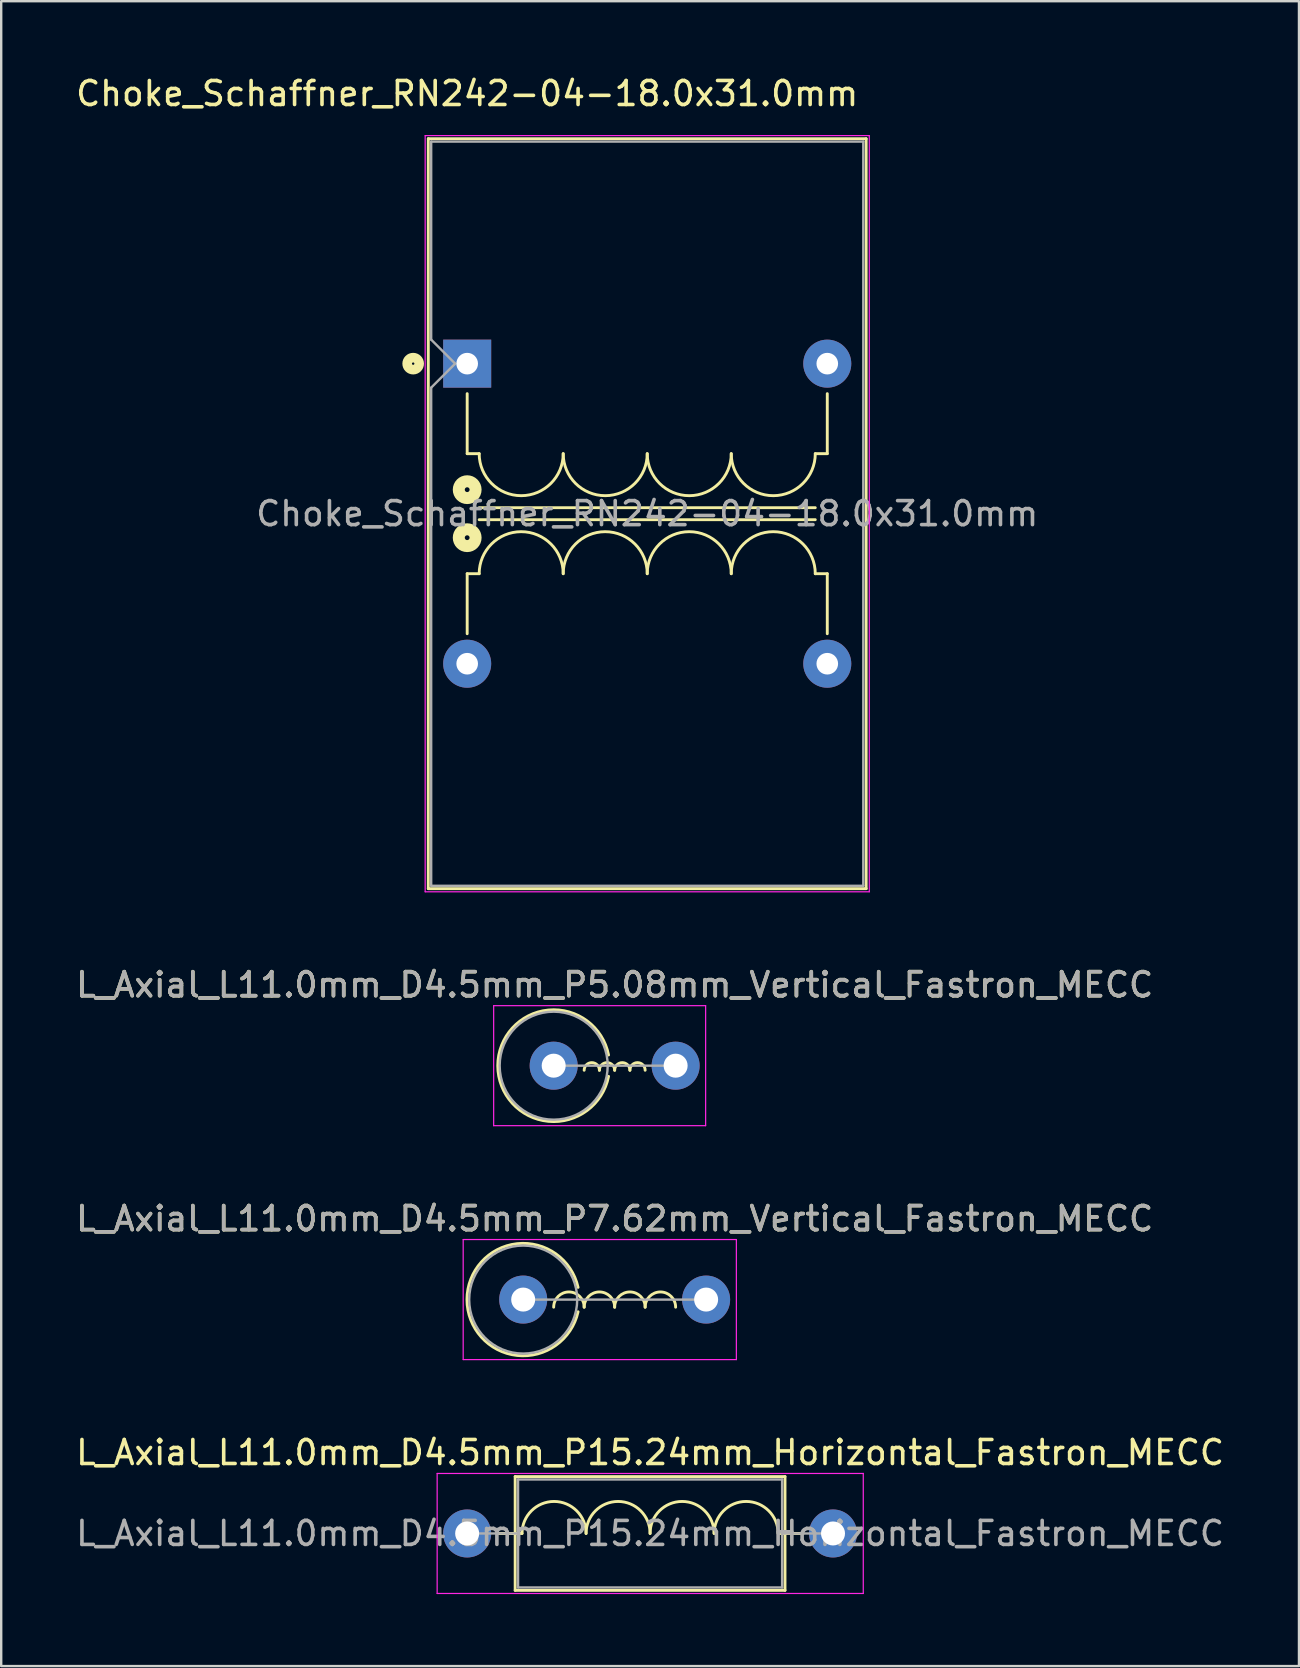
<source format=kicad_pcb>
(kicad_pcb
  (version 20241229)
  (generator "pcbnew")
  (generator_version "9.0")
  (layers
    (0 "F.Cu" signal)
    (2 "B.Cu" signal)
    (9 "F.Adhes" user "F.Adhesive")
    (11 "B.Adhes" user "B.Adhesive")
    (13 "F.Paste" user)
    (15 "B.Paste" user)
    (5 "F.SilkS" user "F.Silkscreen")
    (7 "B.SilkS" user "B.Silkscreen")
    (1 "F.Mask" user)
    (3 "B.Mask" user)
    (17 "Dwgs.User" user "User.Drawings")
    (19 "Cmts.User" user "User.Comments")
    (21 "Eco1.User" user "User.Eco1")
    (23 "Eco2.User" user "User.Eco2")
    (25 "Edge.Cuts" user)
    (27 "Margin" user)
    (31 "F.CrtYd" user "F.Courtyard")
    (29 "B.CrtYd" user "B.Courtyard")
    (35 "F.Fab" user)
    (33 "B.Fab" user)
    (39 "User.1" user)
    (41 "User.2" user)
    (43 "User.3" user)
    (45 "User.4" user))
  (footprint "L_Axial_L11.0mm_D4.5mm_P15.24mm_Horizontal_Fastron_MECC"
    (layer "F.Cu")
    (at 16.41 60.828)
    (property "Reference" "L_Axial_L11.0mm_D4.5mm_P15.24mm_Horizontal_Fastron_MECC" (at 7.62 -3.37 0) (layer "F.SilkS") (effects (font (size 1 1) (thickness 0.15))))
    (attr through_hole)
    (fp_line (start 1.24 0) (end 2 0) (stroke (width 0.12) (type solid)) (layer "F.SilkS"))
    (fp_line (start 2 -2.37) (end 2 2.37) (stroke (width 0.12) (type solid)) (layer "F.SilkS"))
    (fp_line (start 2 2.37) (end 13.24 2.37) (stroke (width 0.12) (type solid)) (layer "F.SilkS"))
    (fp_line (start 2.286 0) (end 2 0) (stroke (width 0.12) (type solid)) (layer "F.SilkS"))
    (fp_line (start 12.954 0) (end 13.271 0) (stroke (width 0.12) (type solid)) (layer "F.SilkS"))
    (fp_line (start 13.24 -2.37) (end 2 -2.37) (stroke (width 0.12) (type solid)) (layer "F.SilkS"))
    (fp_line (start 13.24 2.37) (end 13.24 -2.37) (stroke (width 0.12) (type solid)) (layer "F.SilkS"))
    (fp_line (start 14 0) (end 13.24 0) (stroke (width 0.12) (type solid)) (layer "F.SilkS"))
    (fp_arc (start 2.286 0) (mid 3.6195 -1.3335) (end 4.953 0) (stroke (width 0.12) (type solid)) (layer "F.SilkS"))
    (fp_arc (start 4.953 0) (mid 6.2865 -1.3335) (end 7.62 0) (stroke (width 0.12) (type solid)) (layer "F.SilkS"))
    (fp_arc (start 7.62 0) (mid 8.9535 -1.3335) (end 10.287 0) (stroke (width 0.12) (type solid)) (layer "F.SilkS"))
    (fp_arc (start 10.287 0) (mid 11.6205 -1.3335) (end 12.954 0) (stroke (width 0.12) (type solid)) (layer "F.SilkS"))
    (fp_line (start -1.25 -2.5) (end -1.25 2.5) (stroke (width 0.05) (type solid)) (layer "F.CrtYd"))
    (fp_line (start -1.25 2.5) (end 16.5 2.5) (stroke (width 0.05) (type solid)) (layer "F.CrtYd"))
    (fp_line (start 16.5 -2.5) (end -1.25 -2.5) (stroke (width 0.05) (type solid)) (layer "F.CrtYd"))
    (fp_line (start 16.5 2.5) (end 16.5 -2.5) (stroke (width 0.05) (type solid)) (layer "F.CrtYd"))
    (fp_line (start 0 0) (end 2.12 0) (stroke (width 0.1) (type solid)) (layer "F.Fab"))
    (fp_line (start 2.12 -2.25) (end 2.12 2.25) (stroke (width 0.1) (type solid)) (layer "F.Fab"))
    (fp_line (start 2.12 2.25) (end 13.12 2.25) (stroke (width 0.1) (type solid)) (layer "F.Fab"))
    (fp_line (start 13.12 -2.25) (end 2.12 -2.25) (stroke (width 0.1) (type solid)) (layer "F.Fab"))
    (fp_line (start 13.12 2.25) (end 13.12 -2.25) (stroke (width 0.1) (type solid)) (layer "F.Fab"))
    (fp_line (start 15.24 0) (end 13.12 0) (stroke (width 0.1) (type solid)) (layer "F.Fab"))
    (fp_text user "${REFERENCE}" (at 7.62 0 0) (layer "F.Fab") (effects (font (size 1 1) (thickness 0.15))))
    (pad "1" thru_hole circle (at 0 0) (size 2 2) (drill 1) (layers "*.Cu" "*.Mask"))
    (pad "2" thru_hole oval (at 15.24 0) (size 2 2) (drill 1) (layers "*.Cu" "*.Mask")))
  (footprint "L_Axial_L11.0mm_D4.5mm_P7.62mm_Vertical_Fastron_MECC"
    (layer "F.Cu")
    (at 18.744 51.085)
    (property "Reference" "L_Axial_L11.0mm_D4.5mm_P7.62mm_Vertical_Fastron_MECC" (at 3.81 -3.37 0) (layer "F.SilkS") (effects (font (size 1 1) (thickness 0.15))))
    (attr through_hole)
    (fp_arc (start 1.27 0.3175) (mid 1.905 -0.3175) (end 2.54 0.3175) (stroke (width 0.12) (type solid)) (layer "F.SilkS"))
    (fp_arc (start 2.286 0.508) (mid -2.341764 0) (end 2.286 -0.508) (stroke (width 0.12) (type solid)) (layer "F.SilkS"))
    (fp_arc (start 2.54 0.3175) (mid 3.175 -0.3175) (end 3.81 0.3175) (stroke (width 0.12) (type solid)) (layer "F.SilkS"))
    (fp_arc (start 3.81 0.3175) (mid 4.445 -0.3175) (end 5.08 0.3175) (stroke (width 0.12) (type solid)) (layer "F.SilkS"))
    (fp_arc (start 5.08 0.3175) (mid 5.715 -0.3175) (end 6.35 0.3175) (stroke (width 0.12) (type solid)) (layer "F.SilkS"))
    (fp_line (start -2.5 -2.5) (end -2.5 2.5) (stroke (width 0.05) (type solid)) (layer "F.CrtYd"))
    (fp_line (start -2.5 2.5) (end 8.88 2.5) (stroke (width 0.05) (type solid)) (layer "F.CrtYd"))
    (fp_line (start 8.88 -2.5) (end -2.5 -2.5) (stroke (width 0.05) (type solid)) (layer "F.CrtYd"))
    (fp_line (start 8.88 2.5) (end 8.88 -2.5) (stroke (width 0.05) (type solid)) (layer "F.CrtYd"))
    (fp_line (start 0 0) (end 7.62 0) (stroke (width 0.1) (type solid)) (layer "F.Fab"))
    (fp_circle (center 0 0) (end 2.25 0) (stroke (width 0.1) (type solid)) (fill no) (layer "F.Fab"))
    (fp_text user "${REFERENCE}" (at 3.81 -3.37 0) (layer "F.Fab") (effects (font (size 1 1) (thickness 0.15))))
    (pad "1" thru_hole circle (at 0 0) (size 2 2) (drill 1) (layers "*.Cu" "*.Mask"))
    (pad "2" thru_hole oval (at 7.62 0) (size 2 2) (drill 1) (layers "*.Cu" "*.Mask")))
  (footprint "L_Axial_L11.0mm_D4.5mm_P5.08mm_Vertical_Fastron_MECC"
    (layer "F.Cu")
    (at 20.014 41.342)
    (property "Reference" "L_Axial_L11.0mm_D4.5mm_P5.08mm_Vertical_Fastron_MECC" (at 2.54 -3.37 0) (layer "F.SilkS") (effects (font (size 1 1) (thickness 0.15))))
    (attr through_hole)
    (fp_arc (start 1.27 0.1905) (mid 1.5875 -0.127) (end 1.905 0.1905) (stroke (width 0.12) (type solid)) (layer "F.SilkS"))
    (fp_arc (start 1.905 0.1905) (mid 2.2225 -0.127) (end 2.54 0.1905) (stroke (width 0.12) (type solid)) (layer "F.SilkS"))
    (fp_arc (start 2.286 0.4445) (mid -2.328814 0) (end 2.286 -0.4445) (stroke (width 0.12) (type solid)) (layer "F.SilkS"))
    (fp_arc (start 2.54 0.1905) (mid 2.8575 -0.127) (end 3.175 0.1905) (stroke (width 0.12) (type solid)) (layer "F.SilkS"))
    (fp_arc (start 3.175 0.1905) (mid 3.4925 -0.127) (end 3.81 0.1905) (stroke (width 0.12) (type solid)) (layer "F.SilkS"))
    (fp_line (start -2.5 -2.5) (end -2.5 2.5) (stroke (width 0.05) (type solid)) (layer "F.CrtYd"))
    (fp_line (start -2.5 2.5) (end 6.33 2.5) (stroke (width 0.05) (type solid)) (layer "F.CrtYd"))
    (fp_line (start 6.33 -2.5) (end -2.5 -2.5) (stroke (width 0.05) (type solid)) (layer "F.CrtYd"))
    (fp_line (start 6.33 2.5) (end 6.33 -2.5) (stroke (width 0.05) (type solid)) (layer "F.CrtYd"))
    (fp_line (start 0 0) (end 5.08 0) (stroke (width 0.1) (type solid)) (layer "F.Fab"))
    (fp_circle (center 0 0) (end 2.25 0) (stroke (width 0.1) (type solid)) (fill no) (layer "F.Fab"))
    (fp_text user "${REFERENCE}" (at 2.54 -3.37 0) (layer "F.Fab") (effects (font (size 1 1) (thickness 0.15))))
    (pad "1" thru_hole circle (at 0 0) (size 2 2) (drill 1) (layers "*.Cu" "*.Mask"))
    (pad "2" thru_hole oval (at 5.08 0) (size 2 2) (drill 1) (layers "*.Cu" "*.Mask")))
  (footprint "Choke_Schaffner_RN242-04-18.0x31.0mm"
    (layer "F.Cu")
    (at 16.411 12.098)
    (property "Reference" "Choke_Schaffner_RN242-04-18.0x31.0mm" (at 0 -11.25 0) (layer "F.SilkS") (effects (font (size 1 1) (thickness 0.15))))
    (attr through_hole)
    (fp_line (start -1.62 -9.37) (end 16.62 -9.37) (stroke (width 0.12) (type solid)) (layer "F.SilkS"))
    (fp_line (start -1.62 21.87) (end -1.62 -9.37) (stroke (width 0.12) (type solid)) (layer "F.SilkS"))
    (fp_line (start 0 3.75) (end 0 1.25) (stroke (width 0.12) (type solid)) (layer "F.SilkS"))
    (fp_line (start 0 8.75) (end 0 11.25) (stroke (width 0.12) (type solid)) (layer "F.SilkS"))
    (fp_line (start 0.5 3.75) (end 0 3.75) (stroke (width 0.12) (type solid)) (layer "F.SilkS"))
    (fp_line (start 0.5 6.5) (end 14.5 6.5) (stroke (width 0.12) (type solid)) (layer "F.SilkS"))
    (fp_line (start 0.5 8.75) (end 0 8.75) (stroke (width 0.12) (type solid)) (layer "F.SilkS"))
    (fp_line (start 14.5 3.75) (end 15 3.75) (stroke (width 0.12) (type solid)) (layer "F.SilkS"))
    (fp_line (start 14.5 6) (end 0.5 6) (stroke (width 0.12) (type solid)) (layer "F.SilkS"))
    (fp_line (start 14.5 8.75) (end 15 8.75) (stroke (width 0.12) (type solid)) (layer "F.SilkS"))
    (fp_line (start 15 3.75) (end 15 1.25) (stroke (width 0.12) (type solid)) (layer "F.SilkS"))
    (fp_line (start 15 8.75) (end 15 11.25) (stroke (width 0.12) (type solid)) (layer "F.SilkS"))
    (fp_line (start 16.62 -9.37) (end 16.62 21.87) (stroke (width 0.12) (type solid)) (layer "F.SilkS"))
    (fp_line (start 16.62 21.87) (end -1.62 21.87) (stroke (width 0.12) (type solid)) (layer "F.SilkS"))
    (fp_arc (start 0.5 8.75) (mid 2.25 7) (end 4 8.75) (stroke (width 0.12) (type solid)) (layer "F.SilkS"))
    (fp_arc (start 4 3.75) (mid 2.25 5.5) (end 0.5 3.75) (stroke (width 0.12) (type solid)) (layer "F.SilkS"))
    (fp_arc (start 4 8.75) (mid 5.75 7) (end 7.5 8.75) (stroke (width 0.12) (type solid)) (layer "F.SilkS"))
    (fp_arc (start 7.5 3.75) (mid 5.75 5.5) (end 4 3.75) (stroke (width 0.12) (type solid)) (layer "F.SilkS"))
    (fp_arc (start 7.5 8.75) (mid 9.25 7) (end 11 8.75) (stroke (width 0.12) (type solid)) (layer "F.SilkS"))
    (fp_arc (start 11 3.75) (mid 9.25 5.5) (end 7.5 3.75) (stroke (width 0.12) (type solid)) (layer "F.SilkS"))
    (fp_arc (start 11 8.75) (mid 12.75 7) (end 14.5 8.75) (stroke (width 0.12) (type solid)) (layer "F.SilkS"))
    (fp_arc (start 14.5 3.75) (mid 12.75 5.5) (end 11 3.75) (stroke (width 0.12) (type solid)) (layer "F.SilkS"))
    (fp_circle (center -2.25 0) (end -2.2 0) (stroke (width 0.4) (type solid)) (fill no) (layer "F.SilkS"))
    (fp_circle (center 0 5.25) (end 0.1 5.25) (stroke (width 0.5) (type solid)) (fill no) (layer "F.SilkS"))
    (fp_circle (center 0 7.25) (end 0.1 7.25) (stroke (width 0.5) (type solid)) (fill no) (layer "F.SilkS"))
    (fp_line (start -1.75 -9.5) (end -1.75 22) (stroke (width 0.05) (type solid)) (layer "F.CrtYd"))
    (fp_line (start -1.75 22) (end 16.75 22) (stroke (width 0.05) (type solid)) (layer "F.CrtYd"))
    (fp_line (start 16.75 -9.5) (end -1.75 -9.5) (stroke (width 0.05) (type solid)) (layer "F.CrtYd"))
    (fp_line (start 16.75 22) (end 16.75 -9.5) (stroke (width 0.05) (type solid)) (layer "F.CrtYd"))
    (fp_line (start -1.5 -9.25) (end 16.5 -9.25) (stroke (width 0.1) (type solid)) (layer "F.Fab"))
    (fp_line (start -1.5 -1) (end -1.5 -9.25) (stroke (width 0.1) (type solid)) (layer "F.Fab"))
    (fp_line (start -1.5 1) (end -0.5 0) (stroke (width 0.1) (type solid)) (layer "F.Fab"))
    (fp_line (start -1.5 21.75) (end -1.5 1) (stroke (width 0.1) (type solid)) (layer "F.Fab"))
    (fp_line (start -0.5 0) (end -1.5 -1) (stroke (width 0.1) (type solid)) (layer "F.Fab"))
    (fp_line (start 16.5 -9.25) (end 16.5 21.75) (stroke (width 0.1) (type solid)) (layer "F.Fab"))
    (fp_line (start 16.5 21.75) (end -1.5 21.75) (stroke (width 0.1) (type solid)) (layer "F.Fab"))
    (fp_text user "${REFERENCE}" (at 7.5 6.25 0) (layer "F.Fab") (effects (font (size 1 1) (thickness 0.15))))
    (pad "1" thru_hole rect (at 0 0) (size 2 2) (drill 0.9) (layers "*.Cu" "*.Mask"))
    (pad "2" thru_hole circle (at 15 0) (size 2 2) (drill 0.9) (layers "*.Cu" "*.Mask"))
    (pad "3" thru_hole circle (at 0 12.5) (size 2 2) (drill 0.9) (layers "*.Cu" "*.Mask"))
    (pad "4" thru_hole circle (at 15 12.5) (size 2 2) (drill 0.9) (layers "*.Cu" "*.Mask")))
  (gr_rect
    (start -3 -3)
    (end 51.06 66.353)
    (stroke (width 0.1) (type default))
    (fill no)
    (layer "Edge.Cuts")))
</source>
